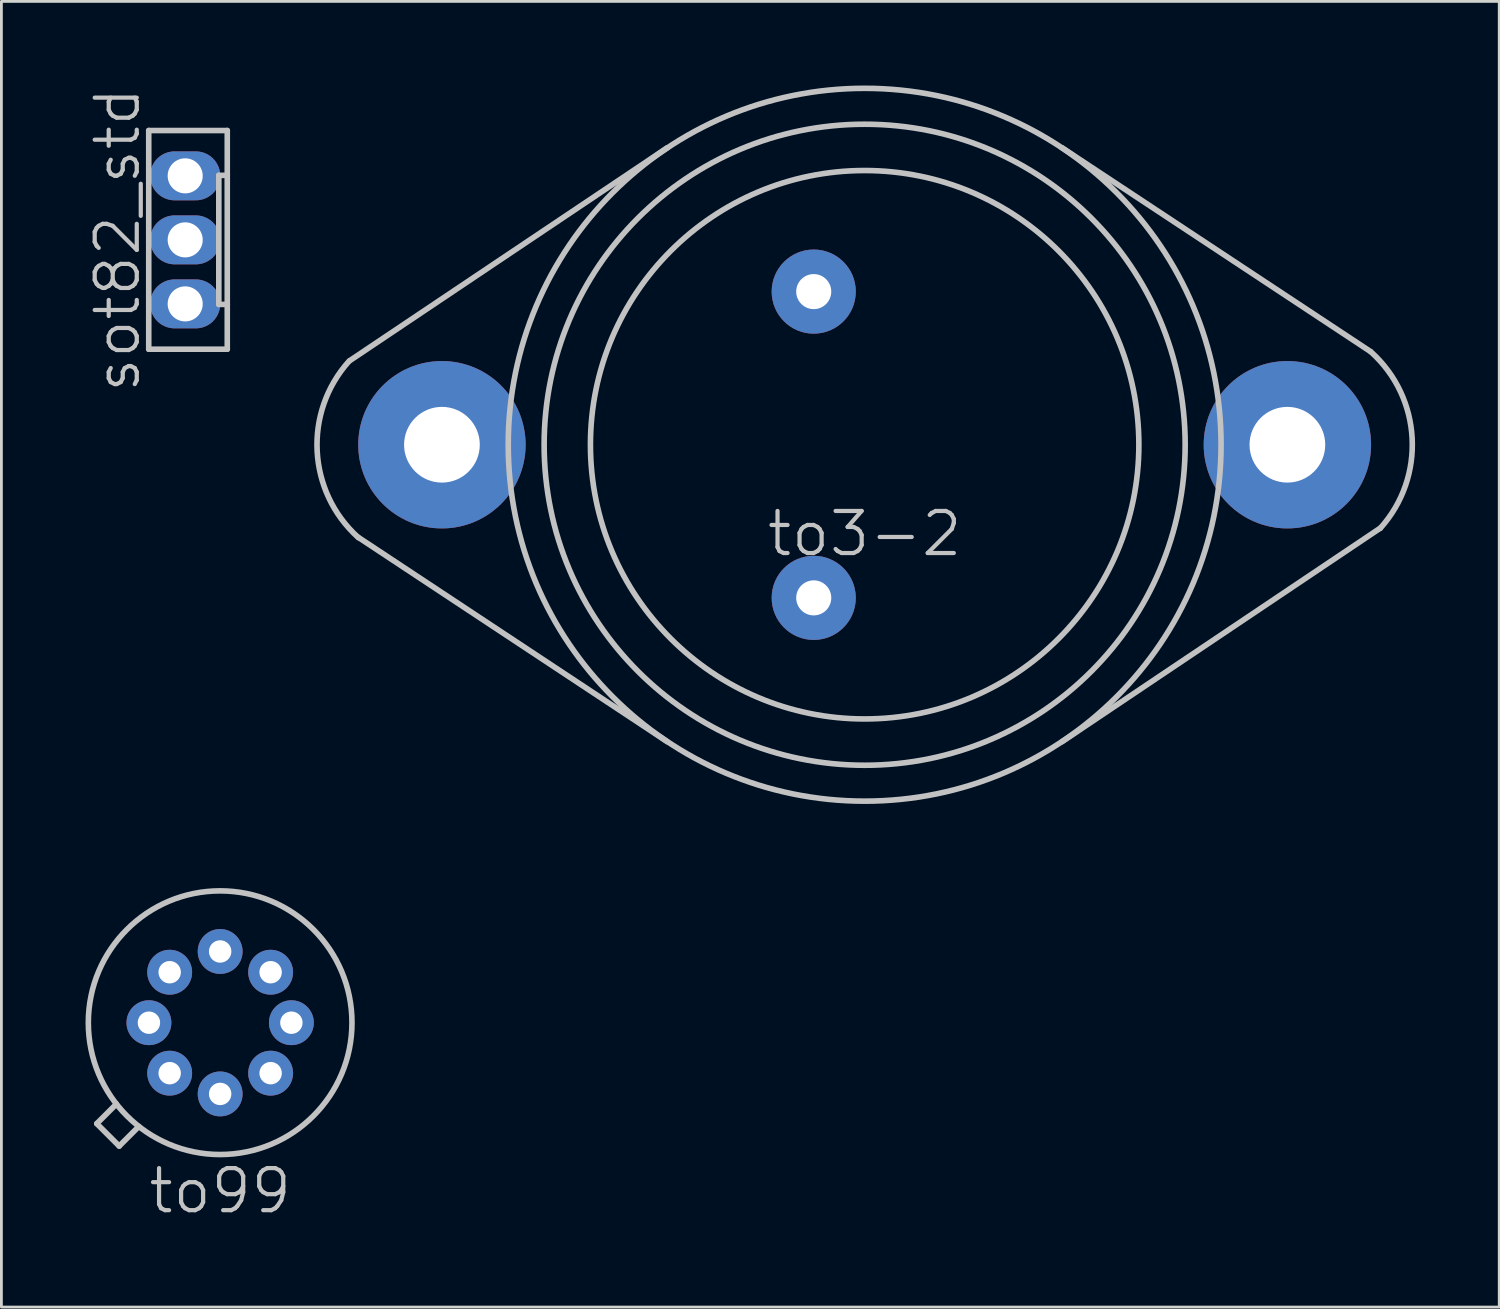
<source format=kicad_pcb>
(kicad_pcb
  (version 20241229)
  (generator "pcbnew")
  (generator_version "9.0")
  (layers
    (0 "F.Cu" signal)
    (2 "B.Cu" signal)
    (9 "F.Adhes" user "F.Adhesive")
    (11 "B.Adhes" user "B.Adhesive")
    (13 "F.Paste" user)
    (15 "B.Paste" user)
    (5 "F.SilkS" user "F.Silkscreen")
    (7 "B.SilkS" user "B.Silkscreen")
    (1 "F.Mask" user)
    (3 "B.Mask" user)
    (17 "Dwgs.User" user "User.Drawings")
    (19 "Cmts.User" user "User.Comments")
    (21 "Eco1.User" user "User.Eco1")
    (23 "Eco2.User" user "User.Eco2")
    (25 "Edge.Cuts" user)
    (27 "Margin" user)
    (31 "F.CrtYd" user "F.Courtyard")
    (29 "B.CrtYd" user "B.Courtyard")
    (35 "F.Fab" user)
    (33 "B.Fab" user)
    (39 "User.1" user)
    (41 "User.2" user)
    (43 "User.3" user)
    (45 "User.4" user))
  (footprint "to3-2"
    (layer "F.Cu")
    (at 27.785 12.81)
    (property "Reference" "to3-2" (at 0 3.175 0) (layer "Dwgs.User") (effects (font (size 1.5 1.5) (thickness 0.15))))
    (attr through_hole)
    (fp_line (start -18.364 -2.997) (end -7.036 -10.592) (stroke (width 0.2) (type solid)) (layer "Dwgs.User"))
    (fp_line (start -18.059 3.302) (end -7.036 10.592) (stroke (width 0.2) (type solid)) (layer "Dwgs.User"))
    (fp_line (start 18.034 -3.327) (end 7.036 -10.592) (stroke (width 0.2) (type solid)) (layer "Dwgs.User"))
    (fp_line (start 18.39 2.972) (end 7.036 10.592) (stroke (width 0.2) (type solid)) (layer "Dwgs.User"))
    (fp_arc (start -18.05432 3.31216) (mid -19.523719 0.235283) (end -18.38706 -2.97942) (stroke (width 0.2) (type solid)) (layer "Dwgs.User"))
    (fp_arc (start 18.05432 -3.31216) (mid 19.523719 -0.235283) (end 18.38706 2.97942) (stroke (width 0.2) (type solid)) (layer "Dwgs.User"))
    (fp_circle (center 0 0) (end -12.7 0.508) (stroke (width 0.2) (type solid)) (fill no) (layer "Dwgs.User"))
    (fp_circle (center 0 0) (end -11.43 0) (stroke (width 0.2) (type solid)) (fill no) (layer "Dwgs.User"))
    (fp_circle (center 0 0) (end -9.779 0) (stroke (width 0.2) (type solid)) (fill no) (layer "Dwgs.User"))
    (pad "1" thru_hole circle (at -1.816 -5.461) (size 3 3) (drill 1.25) (layers "*.Cu" "*.Mask"))
    (pad "2" thru_hole circle (at -1.816 5.461) (size 3 3) (drill 1.25) (layers "*.Cu" "*.Mask"))
    (pad "3" thru_hole circle (at -15.075 0) (size 5.969 5.969) (drill 2.7) (layers "*.Cu" "*.Mask"))
    (pad "3" thru_hole circle (at 15.075 0) (size 5.969 5.969) (drill 2.7) (layers "*.Cu" "*.Mask")))
  (footprint "to99"
    (layer "F.Cu")
    (at 4.801 33.421)
    (property "Reference" "to99" (at 0 6 0) (layer "Dwgs.User") (effects (font (size 1.5 1.5) (thickness 0.15))))
    (attr through_hole)
    (fp_line (start -4.4 3.6) (end -3.6 4.4) (stroke (width 0.2) (type solid)) (layer "Dwgs.User"))
    (fp_line (start -3.7 2.9) (end -4.4 3.6) (stroke (width 0.2) (type solid)) (layer "Dwgs.User"))
    (fp_line (start -3.6 4.4) (end -2.9 3.7) (stroke (width 0.2) (type solid)) (layer "Dwgs.User"))
    (fp_circle (center 0 0) (end -4.7 -0.1) (stroke (width 0.2) (type solid)) (fill no) (layer "Dwgs.User"))
    (pad "1" thru_hole circle (at 0 2.54) (size 1.6 1.6) (drill 0.8) (layers "*.Cu" "*.Mask"))
    (pad "2" thru_hole circle (at 1.8 1.8) (size 1.6 1.6) (drill 0.8) (layers "*.Cu" "*.Mask"))
    (pad "3" thru_hole circle (at 2.54 0) (size 1.6 1.6) (drill 0.8) (layers "*.Cu" "*.Mask"))
    (pad "4" thru_hole circle (at 1.8 -1.8) (size 1.6 1.6) (drill 0.8) (layers "*.Cu" "*.Mask"))
    (pad "5" thru_hole circle (at 0 -2.54) (size 1.6 1.6) (drill 0.8) (layers "*.Cu" "*.Mask"))
    (pad "6" thru_hole circle (at -1.8 -1.8) (size 1.6 1.6) (drill 0.8) (layers "*.Cu" "*.Mask"))
    (pad "7" thru_hole circle (at -2.54 0) (size 1.6 1.6) (drill 0.8) (layers "*.Cu" "*.Mask"))
    (pad "8" thru_hole circle (at -1.8 1.8) (size 1.6 1.6) (drill 0.8) (layers "*.Cu" "*.Mask")))
  (footprint "sot82_std"
    (layer "F.Cu")
    (at 3.554 5.504)
    (property "Reference" "sot82_std" (at -2.413 0 90) (layer "Dwgs.User") (effects (font (size 1.5 1.5) (thickness 0.15))))
    (attr through_hole)
    (fp_line (start -1.3 -3.899) (end -1.3 3.899) (stroke (width 0.2) (type solid)) (layer "Dwgs.User"))
    (fp_line (start -1.3 3.899) (end 1.501 3.899) (stroke (width 0.2) (type solid)) (layer "Dwgs.User"))
    (fp_line (start 1.199 -2.301) (end 1.199 2.301) (stroke (width 0.2) (type solid)) (layer "Dwgs.User"))
    (fp_line (start 1.199 2.301) (end 1.501 2.301) (stroke (width 0.2) (type solid)) (layer "Dwgs.User"))
    (fp_line (start 1.501 -3.899) (end -1.3 -3.899) (stroke (width 0.2) (type solid)) (layer "Dwgs.User"))
    (fp_line (start 1.501 -2.301) (end 1.199 -2.301) (stroke (width 0.2) (type solid)) (layer "Dwgs.User"))
    (fp_line (start 1.501 3.899) (end 1.501 -3.899) (stroke (width 0.2) (type solid)) (layer "Dwgs.User"))
    (pad "1" thru_hole oval (at 0 2.283 270) (size 1.745 2.499) (drill 1.25) (layers "*.Cu" "*.Mask"))
    (pad "2" thru_hole oval (at 0 0 270) (size 1.745 2.499) (drill 1.25) (layers "*.Cu" "*.Mask"))
    (pad "3" thru_hole oval (at 0 -2.283 270) (size 1.745 2.499) (drill 1.25) (layers "*.Cu" "*.Mask")))
  (gr_rect
    (start -3 -3)
    (end 50.415 43.562)
    (stroke (width 0.1) (type default))
    (fill no)
    (layer "Edge.Cuts")))
</source>
